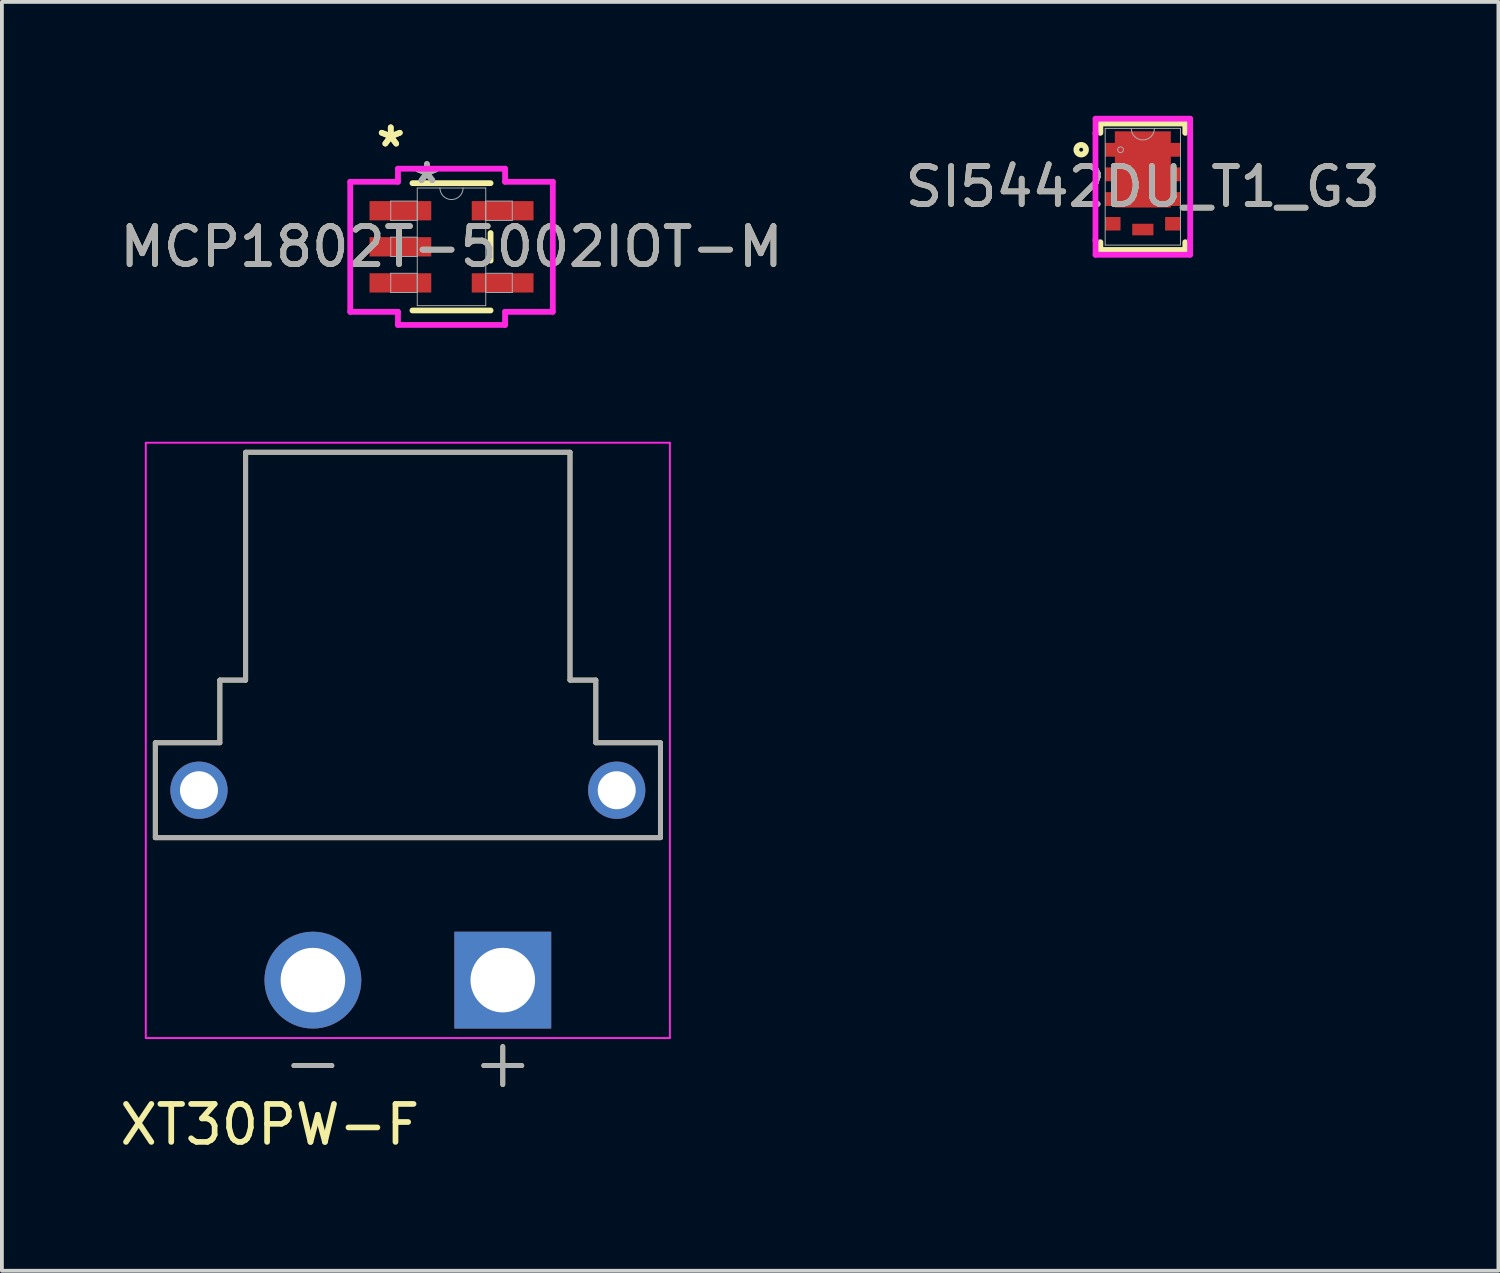
<source format=kicad_pcb>
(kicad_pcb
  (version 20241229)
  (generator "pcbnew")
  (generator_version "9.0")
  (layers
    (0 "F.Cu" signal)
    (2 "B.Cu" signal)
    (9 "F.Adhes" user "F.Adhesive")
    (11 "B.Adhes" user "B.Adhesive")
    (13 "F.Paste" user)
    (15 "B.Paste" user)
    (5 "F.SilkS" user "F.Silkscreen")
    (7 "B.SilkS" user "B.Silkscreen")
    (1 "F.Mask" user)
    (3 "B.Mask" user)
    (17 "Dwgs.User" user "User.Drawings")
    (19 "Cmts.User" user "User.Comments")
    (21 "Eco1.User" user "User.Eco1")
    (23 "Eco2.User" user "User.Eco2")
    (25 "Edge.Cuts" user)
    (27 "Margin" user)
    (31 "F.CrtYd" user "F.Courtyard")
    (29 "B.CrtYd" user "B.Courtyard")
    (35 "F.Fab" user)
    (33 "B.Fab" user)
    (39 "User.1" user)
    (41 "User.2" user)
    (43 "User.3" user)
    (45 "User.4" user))
  (footprint "MCP1802T-5002IOT-M"
    (layer "F.Cu")
    (at 8.839 3.449)
    (property "Reference" "MCP1802T-5002IOT-M" (at 0 0 0) (unlocked yes) (layer "F.SilkS") (effects (font (size 1 1) (thickness 0.15))))
    (attr smd)
    (fp_line (start -1.029 1.676) (end 1.029 1.676) (stroke (width 0.152) (type solid)) (layer "F.SilkS"))
    (fp_line (start 1.029 -1.676) (end -1.029 -1.676) (stroke (width 0.152) (type solid)) (layer "F.SilkS"))
    (fp_line (start 1.029 0.363) (end 1.029 -0.363) (stroke (width 0.152) (type solid)) (layer "F.SilkS"))
    (fp_line (start -2.667 -1.712) (end -1.41 -1.712) (stroke (width 0.152) (type solid)) (layer "F.CrtYd"))
    (fp_line (start -2.667 1.712) (end -2.667 -1.712) (stroke (width 0.152) (type solid)) (layer "F.CrtYd"))
    (fp_line (start -1.41 -2.057) (end 1.41 -2.057) (stroke (width 0.152) (type solid)) (layer "F.CrtYd"))
    (fp_line (start -1.41 -1.712) (end -1.41 -2.057) (stroke (width 0.152) (type solid)) (layer "F.CrtYd"))
    (fp_line (start -1.41 1.712) (end -2.667 1.712) (stroke (width 0.152) (type solid)) (layer "F.CrtYd"))
    (fp_line (start -1.41 2.057) (end -1.41 1.712) (stroke (width 0.152) (type solid)) (layer "F.CrtYd"))
    (fp_line (start 1.41 -2.057) (end 1.41 -1.712) (stroke (width 0.152) (type solid)) (layer "F.CrtYd"))
    (fp_line (start 1.41 -1.712) (end 2.667 -1.712) (stroke (width 0.152) (type solid)) (layer "F.CrtYd"))
    (fp_line (start 1.41 1.712) (end 1.41 2.057) (stroke (width 0.152) (type solid)) (layer "F.CrtYd"))
    (fp_line (start 1.41 2.057) (end -1.41 2.057) (stroke (width 0.152) (type solid)) (layer "F.CrtYd"))
    (fp_line (start 2.667 -1.712) (end 2.667 1.712) (stroke (width 0.152) (type solid)) (layer "F.CrtYd"))
    (fp_line (start 2.667 1.712) (end 1.41 1.712) (stroke (width 0.152) (type solid)) (layer "F.CrtYd"))
    (fp_line (start -1.6 -1.204) (end -1.6 -0.696) (stroke (width 0.025) (type solid)) (layer "F.Fab"))
    (fp_line (start -1.6 -0.696) (end -0.902 -0.696) (stroke (width 0.025) (type solid)) (layer "F.Fab"))
    (fp_line (start -1.6 -0.254) (end -1.6 0.254) (stroke (width 0.025) (type solid)) (layer "F.Fab"))
    (fp_line (start -1.6 0.254) (end -0.902 0.254) (stroke (width 0.025) (type solid)) (layer "F.Fab"))
    (fp_line (start -1.6 0.696) (end -1.6 1.204) (stroke (width 0.025) (type solid)) (layer "F.Fab"))
    (fp_line (start -1.6 1.204) (end -0.902 1.204) (stroke (width 0.025) (type solid)) (layer "F.Fab"))
    (fp_line (start -0.902 -1.549) (end -0.902 1.549) (stroke (width 0.025) (type solid)) (layer "F.Fab"))
    (fp_line (start -0.902 -1.204) (end -1.6 -1.204) (stroke (width 0.025) (type solid)) (layer "F.Fab"))
    (fp_line (start -0.902 -0.696) (end -0.902 -1.204) (stroke (width 0.025) (type solid)) (layer "F.Fab"))
    (fp_line (start -0.902 -0.254) (end -1.6 -0.254) (stroke (width 0.025) (type solid)) (layer "F.Fab"))
    (fp_line (start -0.902 0.254) (end -0.902 -0.254) (stroke (width 0.025) (type solid)) (layer "F.Fab"))
    (fp_line (start -0.902 0.696) (end -1.6 0.696) (stroke (width 0.025) (type solid)) (layer "F.Fab"))
    (fp_line (start -0.902 1.204) (end -0.902 0.696) (stroke (width 0.025) (type solid)) (layer "F.Fab"))
    (fp_line (start -0.902 1.549) (end 0.902 1.549) (stroke (width 0.025) (type solid)) (layer "F.Fab"))
    (fp_line (start 0.902 -1.549) (end -0.902 -1.549) (stroke (width 0.025) (type solid)) (layer "F.Fab"))
    (fp_line (start 0.902 -1.204) (end 0.902 -0.696) (stroke (width 0.025) (type solid)) (layer "F.Fab"))
    (fp_line (start 0.902 -0.696) (end 1.6 -0.696) (stroke (width 0.025) (type solid)) (layer "F.Fab"))
    (fp_line (start 0.902 0.696) (end 0.902 1.204) (stroke (width 0.025) (type solid)) (layer "F.Fab"))
    (fp_line (start 0.902 1.204) (end 1.6 1.204) (stroke (width 0.025) (type solid)) (layer "F.Fab"))
    (fp_line (start 0.902 1.549) (end 0.902 -1.549) (stroke (width 0.025) (type solid)) (layer "F.Fab"))
    (fp_line (start 1.6 -1.204) (end 0.902 -1.204) (stroke (width 0.025) (type solid)) (layer "F.Fab"))
    (fp_line (start 1.6 -0.696) (end 1.6 -1.204) (stroke (width 0.025) (type solid)) (layer "F.Fab"))
    (fp_line (start 1.6 0.696) (end 0.902 0.696) (stroke (width 0.025) (type solid)) (layer "F.Fab"))
    (fp_line (start 1.6 1.204) (end 1.6 0.696) (stroke (width 0.025) (type solid)) (layer "F.Fab"))
    (fp_arc (start 0.3048 -1.5494) (mid 0 -1.2446) (end -0.3048 -1.5494) (stroke (width 0.0254) (type solid)) (layer "F.Fab"))
    (fp_text user "*" (at -1.6 -2.601 0) (layer "F.SilkS") (effects (font (size 1 1) (thickness 0.15))))
    (fp_text user "*" (at -1.6 -2.601 0) (unlocked yes) (layer "F.SilkS") (effects (font (size 1 1) (thickness 0.15))))
    (fp_text user "*" (at -0.648 -1.636 0) (layer "F.Fab") (effects (font (size 1 1) (thickness 0.15))))
    (fp_text user "${REFERENCE}" (at 0 0 0) (unlocked yes) (layer "F.Fab") (effects (font (size 1 1) (thickness 0.15))))
    (fp_text user "*" (at -0.648 -1.636 0) (unlocked yes) (layer "F.Fab") (effects (font (size 1 1) (thickness 0.15))))
    (pad "1" smd rect (at -1.346 -0.95) (size 1.626 0.508) (layers "F.Cu" "F.Mask" "F.Paste"))
    (pad "2" smd rect (at -1.346 0) (size 1.626 0.508) (layers "F.Cu" "F.Mask" "F.Paste"))
    (pad "3" smd rect (at -1.346 0.95) (size 1.626 0.508) (layers "F.Cu" "F.Mask" "F.Paste"))
    (pad "4" smd rect (at 1.346 0.95) (size 1.626 0.508) (layers "F.Cu" "F.Mask" "F.Paste"))
    (pad "5" smd rect (at 1.346 -0.95) (size 1.626 0.508) (layers "F.Cu" "F.Mask" "F.Paste")))
  (footprint "XT30PW-F"
    (layer "F.Cu")
    (at 7.689 17.758)
    (property "Reference" "XT30PW-F" (at -3.635 8.805 0) (layer "F.SilkS") (effects (font (size 1 1) (thickness 0.15))))
    (attr through_hole)
    (fp_line (start -6.65 -1.25) (end -4.95 -1.25) (stroke (width 0.127) (type solid)) (layer "F.SilkS"))
    (fp_line (start -6.65 1.25) (end -6.65 -1.25) (stroke (width 0.127) (type solid)) (layer "F.SilkS"))
    (fp_line (start -4.95 -2.9) (end -4.27 -2.9) (stroke (width 0.127) (type solid)) (layer "F.SilkS"))
    (fp_line (start -4.95 -1.25) (end -4.95 -2.9) (stroke (width 0.127) (type solid)) (layer "F.SilkS"))
    (fp_line (start -4.27 -8.9) (end 4.27 -8.9) (stroke (width 0.127) (type solid)) (layer "F.SilkS"))
    (fp_line (start -4.27 -2.9) (end -4.27 -8.9) (stroke (width 0.127) (type solid)) (layer "F.SilkS"))
    (fp_line (start -3 7.25) (end -2 7.25) (stroke (width 0.127) (type solid)) (layer "F.SilkS"))
    (fp_line (start 2 7.25) (end 3 7.25) (stroke (width 0.127) (type solid)) (layer "F.SilkS"))
    (fp_line (start 2.5 6.75) (end 2.5 7.75) (stroke (width 0.127) (type solid)) (layer "F.SilkS"))
    (fp_line (start 4.27 -2.9) (end 4.27 -8.9) (stroke (width 0.127) (type solid)) (layer "F.SilkS"))
    (fp_line (start 4.95 -2.9) (end 4.27 -2.9) (stroke (width 0.127) (type solid)) (layer "F.SilkS"))
    (fp_line (start 4.95 -1.25) (end 4.95 -2.9) (stroke (width 0.127) (type solid)) (layer "F.SilkS"))
    (fp_line (start 6.65 -1.25) (end 4.95 -1.25) (stroke (width 0.127) (type solid)) (layer "F.SilkS"))
    (fp_line (start 6.65 1.25) (end -6.65 1.25) (stroke (width 0.127) (type solid)) (layer "F.SilkS"))
    (fp_line (start 6.65 1.25) (end 6.65 -1.25) (stroke (width 0.127) (type solid)) (layer "F.SilkS"))
    (fp_line (start -6.9 -9.15) (end 6.9 -9.15) (stroke (width 0.05) (type solid)) (layer "F.CrtYd"))
    (fp_line (start -6.9 6.525) (end -6.9 -9.15) (stroke (width 0.05) (type solid)) (layer "F.CrtYd"))
    (fp_line (start 6.9 -9.15) (end 6.9 6.525) (stroke (width 0.05) (type solid)) (layer "F.CrtYd"))
    (fp_line (start 6.9 6.525) (end -6.9 6.525) (stroke (width 0.05) (type solid)) (layer "F.CrtYd"))
    (fp_line (start -6.65 -1.25) (end -4.95 -1.25) (stroke (width 0.127) (type solid)) (layer "F.Fab"))
    (fp_line (start -6.65 1.25) (end -6.65 -1.25) (stroke (width 0.127) (type solid)) (layer "F.Fab"))
    (fp_line (start -4.95 -2.9) (end -4.27 -2.9) (stroke (width 0.127) (type solid)) (layer "F.Fab"))
    (fp_line (start -4.95 -1.25) (end -4.95 -2.9) (stroke (width 0.127) (type solid)) (layer "F.Fab"))
    (fp_line (start -4.27 -8.9) (end 4.27 -8.9) (stroke (width 0.127) (type solid)) (layer "F.Fab"))
    (fp_line (start -4.27 -2.9) (end -4.27 -8.9) (stroke (width 0.127) (type solid)) (layer "F.Fab"))
    (fp_line (start -3 7.25) (end -2 7.25) (stroke (width 0.127) (type solid)) (layer "F.Fab"))
    (fp_line (start 2 7.25) (end 3 7.25) (stroke (width 0.127) (type solid)) (layer "F.Fab"))
    (fp_line (start 2.5 6.75) (end 2.5 7.75) (stroke (width 0.127) (type solid)) (layer "F.Fab"))
    (fp_line (start 4.27 -2.9) (end 4.27 -8.9) (stroke (width 0.127) (type solid)) (layer "F.Fab"))
    (fp_line (start 4.95 -2.9) (end 4.27 -2.9) (stroke (width 0.127) (type solid)) (layer "F.Fab"))
    (fp_line (start 4.95 -1.25) (end 4.95 -2.9) (stroke (width 0.127) (type solid)) (layer "F.Fab"))
    (fp_line (start 6.65 -1.25) (end 4.95 -1.25) (stroke (width 0.127) (type solid)) (layer "F.Fab"))
    (fp_line (start 6.65 1.25) (end -6.65 1.25) (stroke (width 0.127) (type solid)) (layer "F.Fab"))
    (fp_line (start 6.65 1.25) (end 6.65 -1.25) (stroke (width 0.127) (type solid)) (layer "F.Fab"))
    (pad "N" thru_hole circle (at -2.5 5) (size 2.55 2.55) (drill 1.7) (layers "*.Cu" "*.Mask"))
    (pad "P" thru_hole rect (at 2.5 5) (size 2.55 2.55) (drill 1.7) (layers "*.Cu" "*.Mask"))
    (pad "S1" thru_hole circle (at 5.5 0) (size 1.508 1.508) (drill 1) (layers "*.Cu" "*.Mask"))
    (pad "S2" thru_hole circle (at -5.5 0) (size 1.508 1.508) (drill 1) (layers "*.Cu" "*.Mask")))
  (footprint "SI5442DU_T1_G3"
    (layer "F.Cu")
    (at 27.042 1.867)
    (property "Reference" "SI5442DU_T1_G3" (at 0 0 0) (unlocked yes) (layer "F.SilkS") (effects (font (size 1 1) (thickness 0.15))))
    (attr smd)
    (fp_poly (pts (xy -0.737 -1.459) (xy 0.737 -1.459) (xy 0.737 -1.153) (xy 0.991 -1.153) (xy 0.991 -0.797) (xy 0.737 -0.797) (xy 0.739 -0.503) (xy 0.993 -0.503) (xy 0.993 -0.147) (xy 0.739 -0.147) (xy 0.739 0.147) (xy 0.993 0.147) (xy 0.993 0.503) (xy 0.739 0.503) (xy 0.737 0.547) (xy -0.737 0.547) (xy -0.737 0.503) (xy -0.991 0.503) (xy -0.991 0.147) (xy -0.737 0.147) (xy -0.737 -0.147) (xy -0.991 -0.147) (xy -0.991 -0.503) (xy -0.737 -0.503) (xy -0.737 -0.797) (xy -0.991 -0.797) (xy -0.991 -1.153) (xy -0.737 -1.153)) (stroke (width 0) (type solid)) (fill yes) (layer "F.Cu"))
    (fp_poly (pts (xy -0.737 -1.459) (xy 0.737 -1.459) (xy 0.737 -1.153) (xy 0.991 -1.153) (xy 0.991 -0.797) (xy 0.737 -0.797) (xy 0.739 -0.503) (xy 0.993 -0.503) (xy 0.993 -0.147) (xy 0.739 -0.147) (xy 0.739 0.147) (xy 0.993 0.147) (xy 0.993 0.503) (xy 0.739 0.503) (xy 0.737 0.547) (xy -0.737 0.547) (xy -0.737 0.503) (xy -0.991 0.503) (xy -0.991 0.147) (xy -0.737 0.147) (xy -0.737 -0.147) (xy -0.991 -0.147) (xy -0.991 -0.503) (xy -0.737 -0.503) (xy -0.737 -0.797) (xy -0.991 -0.797) (xy -0.991 -1.153) (xy -0.737 -1.153)) (stroke (width 0) (type solid)) (fill yes) (layer "F.Mask"))
    (fp_line (start -1.118 -1.664) (end -1.118 -1.418) (stroke (width 0.152) (type solid)) (layer "F.SilkS"))
    (fp_line (start -1.118 1.461) (end -1.118 1.664) (stroke (width 0.152) (type solid)) (layer "F.SilkS"))
    (fp_line (start -1.118 1.664) (end 1.118 1.664) (stroke (width 0.152) (type solid)) (layer "F.SilkS"))
    (fp_line (start 1.118 -1.664) (end -1.118 -1.664) (stroke (width 0.152) (type solid)) (layer "F.SilkS"))
    (fp_line (start 1.118 -1.418) (end 1.118 -1.664) (stroke (width 0.152) (type solid)) (layer "F.SilkS"))
    (fp_line (start 1.118 1.664) (end 1.118 1.461) (stroke (width 0.152) (type solid)) (layer "F.SilkS"))
    (fp_circle (center -1.623 -0.975) (end -1.496 -0.975) (stroke (width 0.152) (type solid)) (fill no) (layer "F.SilkS"))
    (fp_poly (pts (xy -0.737 0.547) (xy -0.737 0.503) (xy -0.991 0.503) (xy -0.991 0.147) (xy -0.737 0.147) (xy -0.737 -0.147) (xy -0.991 -0.147) (xy -0.991 -0.503) (xy -0.737 -0.503) (xy -0.737 -0.797) (xy -0.991 -0.797) (xy -0.991 -1.153) (xy -0.737 -1.153) (xy -0.737 -1.459) (xy 0.737 -1.459) (xy 0.737 -1.153) (xy 0.991 -1.153) (xy 0.991 -0.797) (xy 0.737 -0.797) (xy 0.739 -0.503) (xy 0.993 -0.503) (xy 0.993 -0.147) (xy 0.739 -0.147) (xy 0.739 0.147) (xy 0.993 0.147) (xy 0.993 0.503) (xy 0.739 0.503) (xy 0.737 0.547)) (stroke (width 0) (type solid)) (fill yes) (layer "F.Paste"))
    (fp_line (start -1.247 -1.407) (end -1.245 -1.407) (stroke (width 0.152) (type solid)) (layer "F.CrtYd"))
    (fp_line (start -1.247 1.407) (end -1.247 -1.407) (stroke (width 0.152) (type solid)) (layer "F.CrtYd"))
    (fp_line (start -1.247 1.407) (end -1.245 1.407) (stroke (width 0.152) (type solid)) (layer "F.CrtYd"))
    (fp_line (start -1.245 -1.791) (end 1.245 -1.791) (stroke (width 0.152) (type solid)) (layer "F.CrtYd"))
    (fp_line (start -1.245 -1.407) (end -1.245 -1.791) (stroke (width 0.152) (type solid)) (layer "F.CrtYd"))
    (fp_line (start -1.245 1.791) (end -1.245 1.407) (stroke (width 0.152) (type solid)) (layer "F.CrtYd"))
    (fp_line (start 1.245 -1.791) (end 1.245 -1.407) (stroke (width 0.152) (type solid)) (layer "F.CrtYd"))
    (fp_line (start 1.245 1.407) (end 1.245 1.791) (stroke (width 0.152) (type solid)) (layer "F.CrtYd"))
    (fp_line (start 1.245 1.791) (end -1.245 1.791) (stroke (width 0.152) (type solid)) (layer "F.CrtYd"))
    (fp_line (start 1.247 -1.407) (end 1.245 -1.407) (stroke (width 0.152) (type solid)) (layer "F.CrtYd"))
    (fp_line (start 1.247 -1.407) (end 1.247 1.407) (stroke (width 0.152) (type solid)) (layer "F.CrtYd"))
    (fp_line (start 1.247 1.407) (end 1.245 1.407) (stroke (width 0.152) (type solid)) (layer "F.CrtYd"))
    (fp_line (start -0.991 -1.537) (end -0.991 1.537) (stroke (width 0.025) (type solid)) (layer "F.Fab"))
    (fp_line (start -0.991 1.537) (end 0.991 1.537) (stroke (width 0.025) (type solid)) (layer "F.Fab"))
    (fp_line (start 0.991 -1.537) (end -0.991 -1.537) (stroke (width 0.025) (type solid)) (layer "F.Fab"))
    (fp_line (start 0.991 1.537) (end 0.991 -1.537) (stroke (width 0.025) (type solid)) (layer "F.Fab"))
    (fp_arc (start 0.3048 -1.5367) (mid 0 -1.2319) (end -0.3048 -1.5367) (stroke (width 0.0254) (type solid)) (layer "F.Fab"))
    (fp_circle (center -0.587 -0.975) (end -0.511 -0.975) (stroke (width 0.025) (type solid)) (fill no) (layer "F.Fab"))
    (fp_text user "${REFERENCE}" (at 0 0 0) (unlocked yes) (layer "F.Fab") (effects (font (size 1 1) (thickness 0.15))))
    (pad "1" smd rect (at -0.864 -0.975) (size 0.254 0.356) (layers "F.Cu" "F.Mask" "F.Paste"))
    (pad "2" smd rect (at -0.864 -0.325) (size 0.254 0.356) (layers "F.Cu" "F.Mask" "F.Paste"))
    (pad "3" smd rect (at -0.864 0.325) (size 0.254 0.356) (layers "F.Cu" "F.Mask" "F.Paste"))
    (pad "4" smd rect (at -0.79 0.975) (size 0.406 0.356) (layers "F.Cu" "F.Mask" "F.Paste"))
    (pad "5" smd rect (at 0.79 0.975) (size 0.406 0.356) (layers "F.Cu" "F.Mask" "F.Paste"))
    (pad "6" smd rect (at 0.866 0.325) (size 0.254 0.356) (layers "F.Cu" "F.Mask" "F.Paste"))
    (pad "7" smd rect (at 0.866 -0.325) (size 0.254 0.356) (layers "F.Cu" "F.Mask" "F.Paste"))
    (pad "8" smd rect (at 0.864 -0.975) (size 0.254 0.356) (layers "F.Cu" "F.Mask" "F.Paste"))
    (pad "9" smd rect (at 0 1.127) (size 0.559 0.305) (layers "F.Cu" "F.Mask")))
  (gr_rect
    (start -3 -3)
    (end 36.405 30.411)
    (stroke (width 0.1) (type default))
    (fill no)
    (layer "Edge.Cuts")))
</source>
